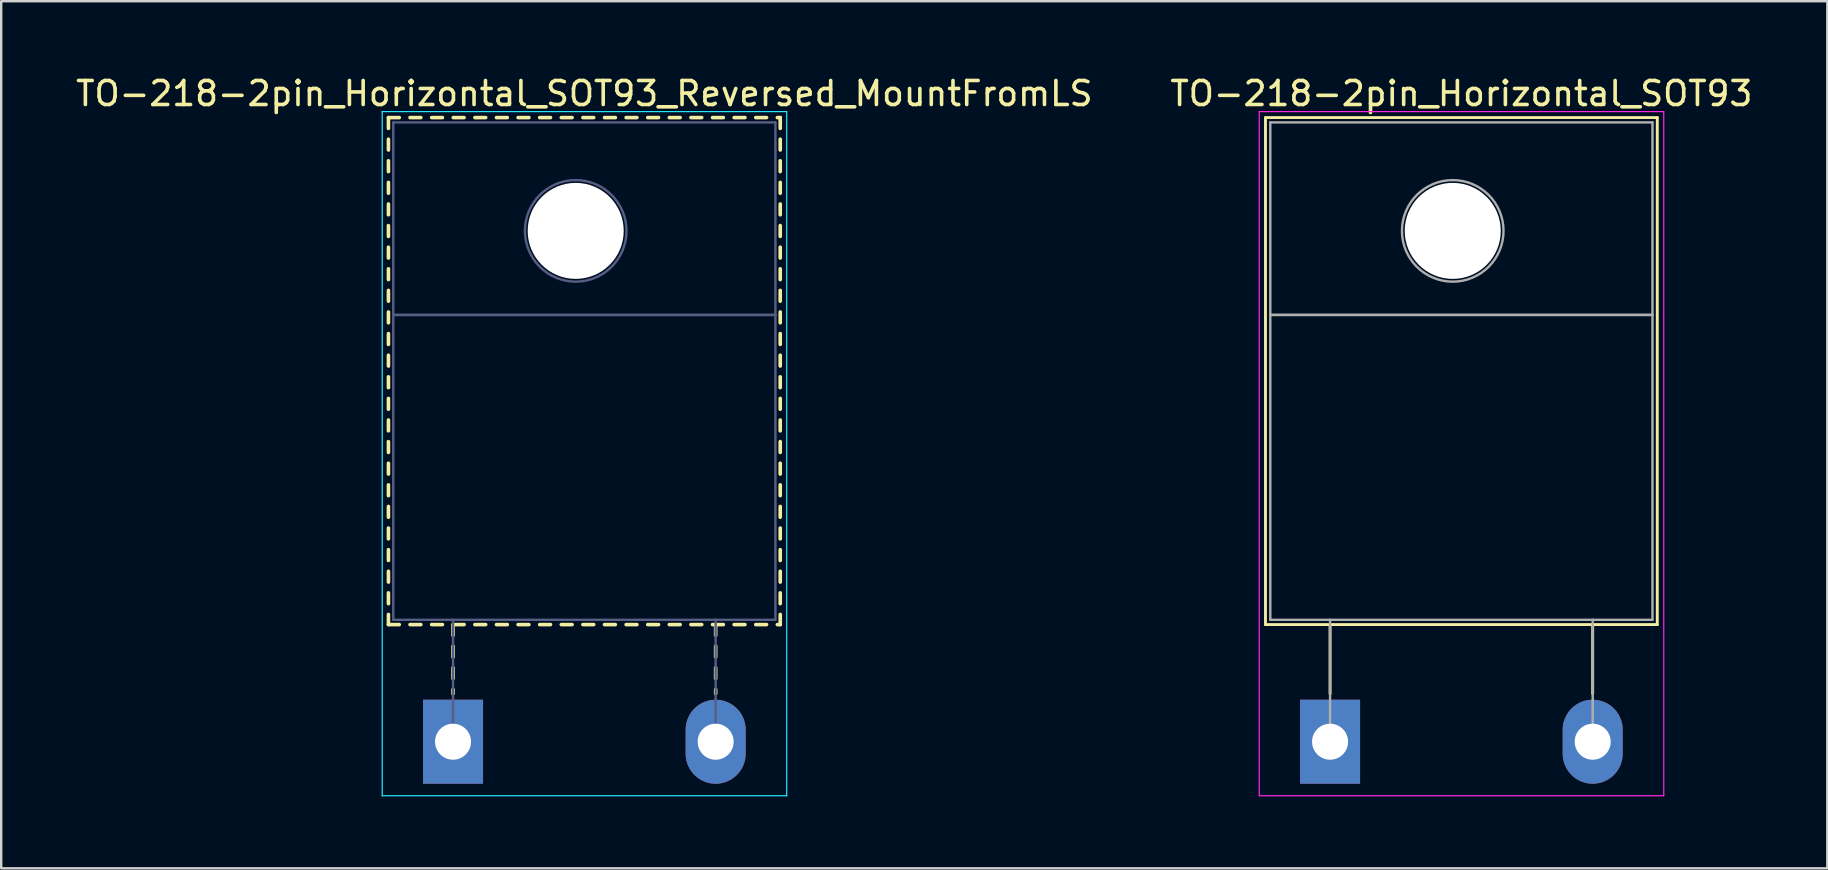
<source format=kicad_pcb>
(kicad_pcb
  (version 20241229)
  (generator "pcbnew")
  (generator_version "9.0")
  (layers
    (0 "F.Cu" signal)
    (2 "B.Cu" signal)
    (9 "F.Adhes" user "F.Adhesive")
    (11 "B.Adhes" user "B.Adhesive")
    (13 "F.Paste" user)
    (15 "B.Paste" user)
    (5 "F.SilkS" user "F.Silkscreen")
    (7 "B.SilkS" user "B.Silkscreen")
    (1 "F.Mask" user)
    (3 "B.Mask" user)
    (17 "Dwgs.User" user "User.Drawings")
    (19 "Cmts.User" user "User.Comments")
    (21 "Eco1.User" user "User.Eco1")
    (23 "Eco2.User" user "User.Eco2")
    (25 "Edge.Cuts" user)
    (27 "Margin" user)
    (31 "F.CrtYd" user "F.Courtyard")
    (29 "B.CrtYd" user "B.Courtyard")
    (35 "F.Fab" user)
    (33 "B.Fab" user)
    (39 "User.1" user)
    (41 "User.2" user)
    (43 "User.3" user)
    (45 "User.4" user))
  (footprint "TO-218-2pin_Horizontal_SOT93"
    (layer "F.Cu")
    (at 52.357 27.848)
    (property "Reference" "TO-218-2pin_Horizontal_SOT93" (at 5.47 -27 0) (layer "F.SilkS") (effects (font (size 1 1) (thickness 0.15))))
    (attr through_hole)
    (fp_line (start -2.691 -26) (end -2.691 -4.88) (stroke (width 0.12) (type solid)) (layer "F.SilkS"))
    (fp_line (start -2.691 -26) (end 13.63 -26) (stroke (width 0.12) (type solid)) (layer "F.SilkS"))
    (fp_line (start -2.691 -4.88) (end 13.63 -4.88) (stroke (width 0.12) (type solid)) (layer "F.SilkS"))
    (fp_line (start 0 -4.88) (end 0 -2) (stroke (width 0.12) (type solid)) (layer "F.SilkS"))
    (fp_line (start 10.94 -4.88) (end 10.94 -2) (stroke (width 0.12) (type solid)) (layer "F.SilkS"))
    (fp_line (start 13.63 -26) (end 13.63 -4.88) (stroke (width 0.12) (type solid)) (layer "F.SilkS"))
    (fp_line (start -2.95 -26.25) (end -2.95 2.25) (stroke (width 0.05) (type solid)) (layer "F.CrtYd"))
    (fp_line (start -2.95 2.25) (end 13.9 2.25) (stroke (width 0.05) (type solid)) (layer "F.CrtYd"))
    (fp_line (start 13.9 -26.25) (end -2.95 -26.25) (stroke (width 0.05) (type solid)) (layer "F.CrtYd"))
    (fp_line (start 13.9 2.25) (end 13.9 -26.25) (stroke (width 0.05) (type solid)) (layer "F.CrtYd"))
    (fp_line (start -2.49 -25.8) (end 13.43 -25.8) (stroke (width 0.1) (type solid)) (layer "F.Fab"))
    (fp_line (start -2.49 -17.78) (end -2.49 -25.8) (stroke (width 0.1) (type solid)) (layer "F.Fab"))
    (fp_line (start -2.49 -17.78) (end 13.43 -17.78) (stroke (width 0.1) (type solid)) (layer "F.Fab"))
    (fp_line (start -2.49 -5.08) (end -2.49 -17.78) (stroke (width 0.1) (type solid)) (layer "F.Fab"))
    (fp_line (start 0 -5.08) (end 0 0) (stroke (width 0.1) (type solid)) (layer "F.Fab"))
    (fp_line (start 10.94 -5.08) (end 10.94 0) (stroke (width 0.1) (type solid)) (layer "F.Fab"))
    (fp_line (start 13.43 -25.8) (end 13.43 -17.78) (stroke (width 0.1) (type solid)) (layer "F.Fab"))
    (fp_line (start 13.43 -17.78) (end -2.49 -17.78) (stroke (width 0.1) (type solid)) (layer "F.Fab"))
    (fp_line (start 13.43 -17.78) (end 13.43 -5.08) (stroke (width 0.1) (type solid)) (layer "F.Fab"))
    (fp_line (start 13.43 -5.08) (end -2.49 -5.08) (stroke (width 0.1) (type solid)) (layer "F.Fab"))
    (fp_circle (center 5.11 -21.28) (end 7.225 -21.28) (stroke (width 0.1) (type solid)) (fill no) (layer "F.Fab"))
    (pad "" np_thru_hole oval (at 5.11 -21.28) (size 4 4) (drill 4) (layers "*.Cu" "*.Mask"))
    (pad "1" thru_hole rect (at 0 0) (size 2.5 3.5) (drill 1.5) (layers "*.Cu" "*.Mask"))
    (pad "2" thru_hole oval (at 10.94 0) (size 2.5 3.5) (drill 1.5) (layers "*.Cu" "*.Mask")))
  (footprint "TO-218-2pin_Horizontal_SOT93_Reversed_MountFromLS"
    (layer "F.Cu")
    (at 15.822 27.848)
    (property "Reference" "TO-218-2pin_Horizontal_SOT93_Reversed_MountFromLS" (at 5.47 -27 0) (layer "F.SilkS") (effects (font (size 1 1) (thickness 0.15))))
    (attr through_hole)
    (fp_line (start -2.691 -26) (end -2.691 -25.55) (stroke (width 0.15) (type solid)) (layer "F.SilkS"))
    (fp_line (start -2.691 -26) (end -2.24 -26) (stroke (width 0.15) (type solid)) (layer "F.SilkS"))
    (fp_line (start -2.691 -25.1) (end -2.691 -24.65) (stroke (width 0.15) (type solid)) (layer "F.SilkS"))
    (fp_line (start -2.691 -24.2) (end -2.691 -23.75) (stroke (width 0.15) (type solid)) (layer "F.SilkS"))
    (fp_line (start -2.691 -23.3) (end -2.691 -22.85) (stroke (width 0.15) (type solid)) (layer "F.SilkS"))
    (fp_line (start -2.691 -22.4) (end -2.691 -21.951) (stroke (width 0.15) (type solid)) (layer "F.SilkS"))
    (fp_line (start -2.691 -21.501) (end -2.691 -21.051) (stroke (width 0.15) (type solid)) (layer "F.SilkS"))
    (fp_line (start -2.691 -20.601) (end -2.691 -20.151) (stroke (width 0.15) (type solid)) (layer "F.SilkS"))
    (fp_line (start -2.691 -19.701) (end -2.691 -19.251) (stroke (width 0.15) (type solid)) (layer "F.SilkS"))
    (fp_line (start -2.691 -18.801) (end -2.691 -18.351) (stroke (width 0.15) (type solid)) (layer "F.SilkS"))
    (fp_line (start -2.691 -17.901) (end -2.691 -17.451) (stroke (width 0.15) (type solid)) (layer "F.SilkS"))
    (fp_line (start -2.691 -17.001) (end -2.691 -16.551) (stroke (width 0.15) (type solid)) (layer "F.SilkS"))
    (fp_line (start -2.691 -16.101) (end -2.691 -15.651) (stroke (width 0.15) (type solid)) (layer "F.SilkS"))
    (fp_line (start -2.691 -15.201) (end -2.691 -14.751) (stroke (width 0.15) (type solid)) (layer "F.SilkS"))
    (fp_line (start -2.691 -14.301) (end -2.691 -13.851) (stroke (width 0.15) (type solid)) (layer "F.SilkS"))
    (fp_line (start -2.691 -13.401) (end -2.691 -12.951) (stroke (width 0.15) (type solid)) (layer "F.SilkS"))
    (fp_line (start -2.691 -12.501) (end -2.691 -12.051) (stroke (width 0.15) (type solid)) (layer "F.SilkS"))
    (fp_line (start -2.691 -11.601) (end -2.691 -11.151) (stroke (width 0.15) (type solid)) (layer "F.SilkS"))
    (fp_line (start -2.691 -10.701) (end -2.691 -10.251) (stroke (width 0.15) (type solid)) (layer "F.SilkS"))
    (fp_line (start -2.691 -9.801) (end -2.691 -9.351) (stroke (width 0.15) (type solid)) (layer "F.SilkS"))
    (fp_line (start -2.691 -8.901) (end -2.691 -8.451) (stroke (width 0.15) (type solid)) (layer "F.SilkS"))
    (fp_line (start -2.691 -8.001) (end -2.691 -7.551) (stroke (width 0.15) (type solid)) (layer "F.SilkS"))
    (fp_line (start -2.691 -7.101) (end -2.691 -6.651) (stroke (width 0.15) (type solid)) (layer "F.SilkS"))
    (fp_line (start -2.691 -6.201) (end -2.691 -5.751) (stroke (width 0.15) (type solid)) (layer "F.SilkS"))
    (fp_line (start -2.691 -5.301) (end -2.691 -4.88) (stroke (width 0.15) (type solid)) (layer "F.SilkS"))
    (fp_line (start -2.691 -4.88) (end -2.24 -4.88) (stroke (width 0.15) (type solid)) (layer "F.SilkS"))
    (fp_line (start -1.791 -26) (end -1.341 -26) (stroke (width 0.15) (type solid)) (layer "F.SilkS"))
    (fp_line (start -1.791 -4.88) (end -1.341 -4.88) (stroke (width 0.15) (type solid)) (layer "F.SilkS"))
    (fp_line (start -0.891 -26) (end -0.441 -26) (stroke (width 0.15) (type solid)) (layer "F.SilkS"))
    (fp_line (start -0.891 -4.88) (end -0.441 -4.88) (stroke (width 0.15) (type solid)) (layer "F.SilkS"))
    (fp_line (start 0 -4.88) (end 0 -4.43) (stroke (width 0.15) (type solid)) (layer "F.SilkS"))
    (fp_line (start 0 -3.98) (end 0 -3.53) (stroke (width 0.15) (type solid)) (layer "F.SilkS"))
    (fp_line (start 0 -3.08) (end 0 -2.63) (stroke (width 0.15) (type solid)) (layer "F.SilkS"))
    (fp_line (start 0 -2.18) (end 0 -2) (stroke (width 0.15) (type solid)) (layer "F.SilkS"))
    (fp_line (start 0.01 -26) (end 0.46 -26) (stroke (width 0.15) (type solid)) (layer "F.SilkS"))
    (fp_line (start 0.01 -4.88) (end 0.46 -4.88) (stroke (width 0.15) (type solid)) (layer "F.SilkS"))
    (fp_line (start 0.91 -26) (end 1.36 -26) (stroke (width 0.15) (type solid)) (layer "F.SilkS"))
    (fp_line (start 0.91 -4.88) (end 1.36 -4.88) (stroke (width 0.15) (type solid)) (layer "F.SilkS"))
    (fp_line (start 1.81 -26) (end 2.26 -26) (stroke (width 0.15) (type solid)) (layer "F.SilkS"))
    (fp_line (start 1.81 -4.88) (end 2.26 -4.88) (stroke (width 0.15) (type solid)) (layer "F.SilkS"))
    (fp_line (start 2.71 -26) (end 3.16 -26) (stroke (width 0.15) (type solid)) (layer "F.SilkS"))
    (fp_line (start 2.71 -4.88) (end 3.16 -4.88) (stroke (width 0.15) (type solid)) (layer "F.SilkS"))
    (fp_line (start 3.61 -26) (end 4.06 -26) (stroke (width 0.15) (type solid)) (layer "F.SilkS"))
    (fp_line (start 3.61 -4.88) (end 4.06 -4.88) (stroke (width 0.15) (type solid)) (layer "F.SilkS"))
    (fp_line (start 4.51 -26) (end 4.96 -26) (stroke (width 0.15) (type solid)) (layer "F.SilkS"))
    (fp_line (start 4.51 -4.88) (end 4.96 -4.88) (stroke (width 0.15) (type solid)) (layer "F.SilkS"))
    (fp_line (start 5.41 -26) (end 5.86 -26) (stroke (width 0.15) (type solid)) (layer "F.SilkS"))
    (fp_line (start 5.41 -4.88) (end 5.86 -4.88) (stroke (width 0.15) (type solid)) (layer "F.SilkS"))
    (fp_line (start 6.31 -26) (end 6.761 -26) (stroke (width 0.15) (type solid)) (layer "F.SilkS"))
    (fp_line (start 6.31 -4.88) (end 6.761 -4.88) (stroke (width 0.15) (type solid)) (layer "F.SilkS"))
    (fp_line (start 7.211 -26) (end 7.661 -26) (stroke (width 0.15) (type solid)) (layer "F.SilkS"))
    (fp_line (start 7.211 -4.88) (end 7.661 -4.88) (stroke (width 0.15) (type solid)) (layer "F.SilkS"))
    (fp_line (start 8.111 -26) (end 8.56 -26) (stroke (width 0.15) (type solid)) (layer "F.SilkS"))
    (fp_line (start 8.111 -4.88) (end 8.56 -4.88) (stroke (width 0.15) (type solid)) (layer "F.SilkS"))
    (fp_line (start 9.01 -26) (end 9.46 -26) (stroke (width 0.15) (type solid)) (layer "F.SilkS"))
    (fp_line (start 9.01 -4.88) (end 9.46 -4.88) (stroke (width 0.15) (type solid)) (layer "F.SilkS"))
    (fp_line (start 9.91 -26) (end 10.36 -26) (stroke (width 0.15) (type solid)) (layer "F.SilkS"))
    (fp_line (start 9.91 -4.88) (end 10.36 -4.88) (stroke (width 0.15) (type solid)) (layer "F.SilkS"))
    (fp_line (start 10.81 -26) (end 11.26 -26) (stroke (width 0.15) (type solid)) (layer "F.SilkS"))
    (fp_line (start 10.81 -4.88) (end 11.26 -4.88) (stroke (width 0.15) (type solid)) (layer "F.SilkS"))
    (fp_line (start 10.94 -4.88) (end 10.94 -4.43) (stroke (width 0.15) (type solid)) (layer "F.SilkS"))
    (fp_line (start 10.94 -3.98) (end 10.94 -3.53) (stroke (width 0.15) (type solid)) (layer "F.SilkS"))
    (fp_line (start 10.94 -3.08) (end 10.94 -2.63) (stroke (width 0.15) (type solid)) (layer "F.SilkS"))
    (fp_line (start 10.94 -2.18) (end 10.94 -2) (stroke (width 0.15) (type solid)) (layer "F.SilkS"))
    (fp_line (start 11.71 -26) (end 12.16 -26) (stroke (width 0.15) (type solid)) (layer "F.SilkS"))
    (fp_line (start 11.71 -4.88) (end 12.16 -4.88) (stroke (width 0.15) (type solid)) (layer "F.SilkS"))
    (fp_line (start 12.61 -26) (end 13.06 -26) (stroke (width 0.15) (type solid)) (layer "F.SilkS"))
    (fp_line (start 12.61 -4.88) (end 13.06 -4.88) (stroke (width 0.15) (type solid)) (layer "F.SilkS"))
    (fp_line (start 13.51 -26) (end 13.63 -26) (stroke (width 0.15) (type solid)) (layer "F.SilkS"))
    (fp_line (start 13.51 -4.88) (end 13.63 -4.88) (stroke (width 0.15) (type solid)) (layer "F.SilkS"))
    (fp_line (start 13.63 -26) (end 13.63 -25.55) (stroke (width 0.15) (type solid)) (layer "F.SilkS"))
    (fp_line (start 13.63 -25.1) (end 13.63 -24.65) (stroke (width 0.15) (type solid)) (layer "F.SilkS"))
    (fp_line (start 13.63 -24.2) (end 13.63 -23.75) (stroke (width 0.15) (type solid)) (layer "F.SilkS"))
    (fp_line (start 13.63 -23.3) (end 13.63 -22.85) (stroke (width 0.15) (type solid)) (layer "F.SilkS"))
    (fp_line (start 13.63 -22.4) (end 13.63 -21.951) (stroke (width 0.15) (type solid)) (layer "F.SilkS"))
    (fp_line (start 13.63 -21.501) (end 13.63 -21.051) (stroke (width 0.15) (type solid)) (layer "F.SilkS"))
    (fp_line (start 13.63 -20.601) (end 13.63 -20.151) (stroke (width 0.15) (type solid)) (layer "F.SilkS"))
    (fp_line (start 13.63 -19.701) (end 13.63 -19.251) (stroke (width 0.15) (type solid)) (layer "F.SilkS"))
    (fp_line (start 13.63 -18.801) (end 13.63 -18.351) (stroke (width 0.15) (type solid)) (layer "F.SilkS"))
    (fp_line (start 13.63 -17.901) (end 13.63 -17.451) (stroke (width 0.15) (type solid)) (layer "F.SilkS"))
    (fp_line (start 13.63 -17.001) (end 13.63 -16.551) (stroke (width 0.15) (type solid)) (layer "F.SilkS"))
    (fp_line (start 13.63 -16.101) (end 13.63 -15.651) (stroke (width 0.15) (type solid)) (layer "F.SilkS"))
    (fp_line (start 13.63 -15.201) (end 13.63 -14.751) (stroke (width 0.15) (type solid)) (layer "F.SilkS"))
    (fp_line (start 13.63 -14.301) (end 13.63 -13.851) (stroke (width 0.15) (type solid)) (layer "F.SilkS"))
    (fp_line (start 13.63 -13.401) (end 13.63 -12.951) (stroke (width 0.15) (type solid)) (layer "F.SilkS"))
    (fp_line (start 13.63 -12.501) (end 13.63 -12.051) (stroke (width 0.15) (type solid)) (layer "F.SilkS"))
    (fp_line (start 13.63 -11.601) (end 13.63 -11.151) (stroke (width 0.15) (type solid)) (layer "F.SilkS"))
    (fp_line (start 13.63 -10.701) (end 13.63 -10.251) (stroke (width 0.15) (type solid)) (layer "F.SilkS"))
    (fp_line (start 13.63 -9.801) (end 13.63 -9.351) (stroke (width 0.15) (type solid)) (layer "F.SilkS"))
    (fp_line (start 13.63 -8.901) (end 13.63 -8.451) (stroke (width 0.15) (type solid)) (layer "F.SilkS"))
    (fp_line (start 13.63 -8.001) (end 13.63 -7.551) (stroke (width 0.15) (type solid)) (layer "F.SilkS"))
    (fp_line (start 13.63 -7.101) (end 13.63 -6.651) (stroke (width 0.15) (type solid)) (layer "F.SilkS"))
    (fp_line (start 13.63 -6.201) (end 13.63 -5.751) (stroke (width 0.15) (type solid)) (layer "F.SilkS"))
    (fp_line (start 13.63 -5.301) (end 13.63 -4.88) (stroke (width 0.15) (type solid)) (layer "F.SilkS"))
    (fp_line (start -2.95 -26.25) (end -2.95 2.25) (stroke (width 0.05) (type solid)) (layer "B.CrtYd"))
    (fp_line (start -2.95 2.25) (end 13.9 2.25) (stroke (width 0.05) (type solid)) (layer "B.CrtYd"))
    (fp_line (start 13.9 -26.25) (end -2.95 -26.25) (stroke (width 0.05) (type solid)) (layer "B.CrtYd"))
    (fp_line (start 13.9 2.25) (end 13.9 -26.25) (stroke (width 0.05) (type solid)) (layer "B.CrtYd"))
    (fp_line (start -2.49 -25.8) (end 13.43 -25.8) (stroke (width 0.1) (type solid)) (layer "B.Fab"))
    (fp_line (start -2.49 -17.78) (end -2.49 -25.8) (stroke (width 0.1) (type solid)) (layer "B.Fab"))
    (fp_line (start -2.49 -17.78) (end 13.43 -17.78) (stroke (width 0.1) (type solid)) (layer "B.Fab"))
    (fp_line (start -2.49 -5.08) (end -2.49 -17.78) (stroke (width 0.1) (type solid)) (layer "B.Fab"))
    (fp_line (start 0 -5.08) (end 0 0) (stroke (width 0.1) (type solid)) (layer "B.Fab"))
    (fp_line (start 10.94 -5.08) (end 10.94 0) (stroke (width 0.1) (type solid)) (layer "B.Fab"))
    (fp_line (start 13.43 -25.8) (end 13.43 -17.78) (stroke (width 0.1) (type solid)) (layer "B.Fab"))
    (fp_line (start 13.43 -17.78) (end -2.49 -17.78) (stroke (width 0.1) (type solid)) (layer "B.Fab"))
    (fp_line (start 13.43 -17.78) (end 13.43 -5.08) (stroke (width 0.1) (type solid)) (layer "B.Fab"))
    (fp_line (start 13.43 -5.08) (end -2.49 -5.08) (stroke (width 0.1) (type solid)) (layer "B.Fab"))
    (fp_circle (center 5.11 -21.28) (end 7.225 -21.28) (stroke (width 0.1) (type solid)) (fill no) (layer "B.Fab"))
    (pad "" np_thru_hole oval (at 5.11 -21.28) (size 4 4) (drill 4) (layers "*.Cu" "*.Mask"))
    (pad "1" thru_hole rect (at 0 0) (size 2.5 3.5) (drill 1.5) (layers "*.Cu" "*.Mask"))
    (pad "2" thru_hole oval (at 10.94 0) (size 2.5 3.5) (drill 1.5) (layers "*.Cu" "*.Mask")))
  (gr_rect
    (start -3 -3)
    (end 73.071 33.123)
    (stroke (width 0.1) (type default))
    (fill no)
    (layer "Edge.Cuts")))
</source>
